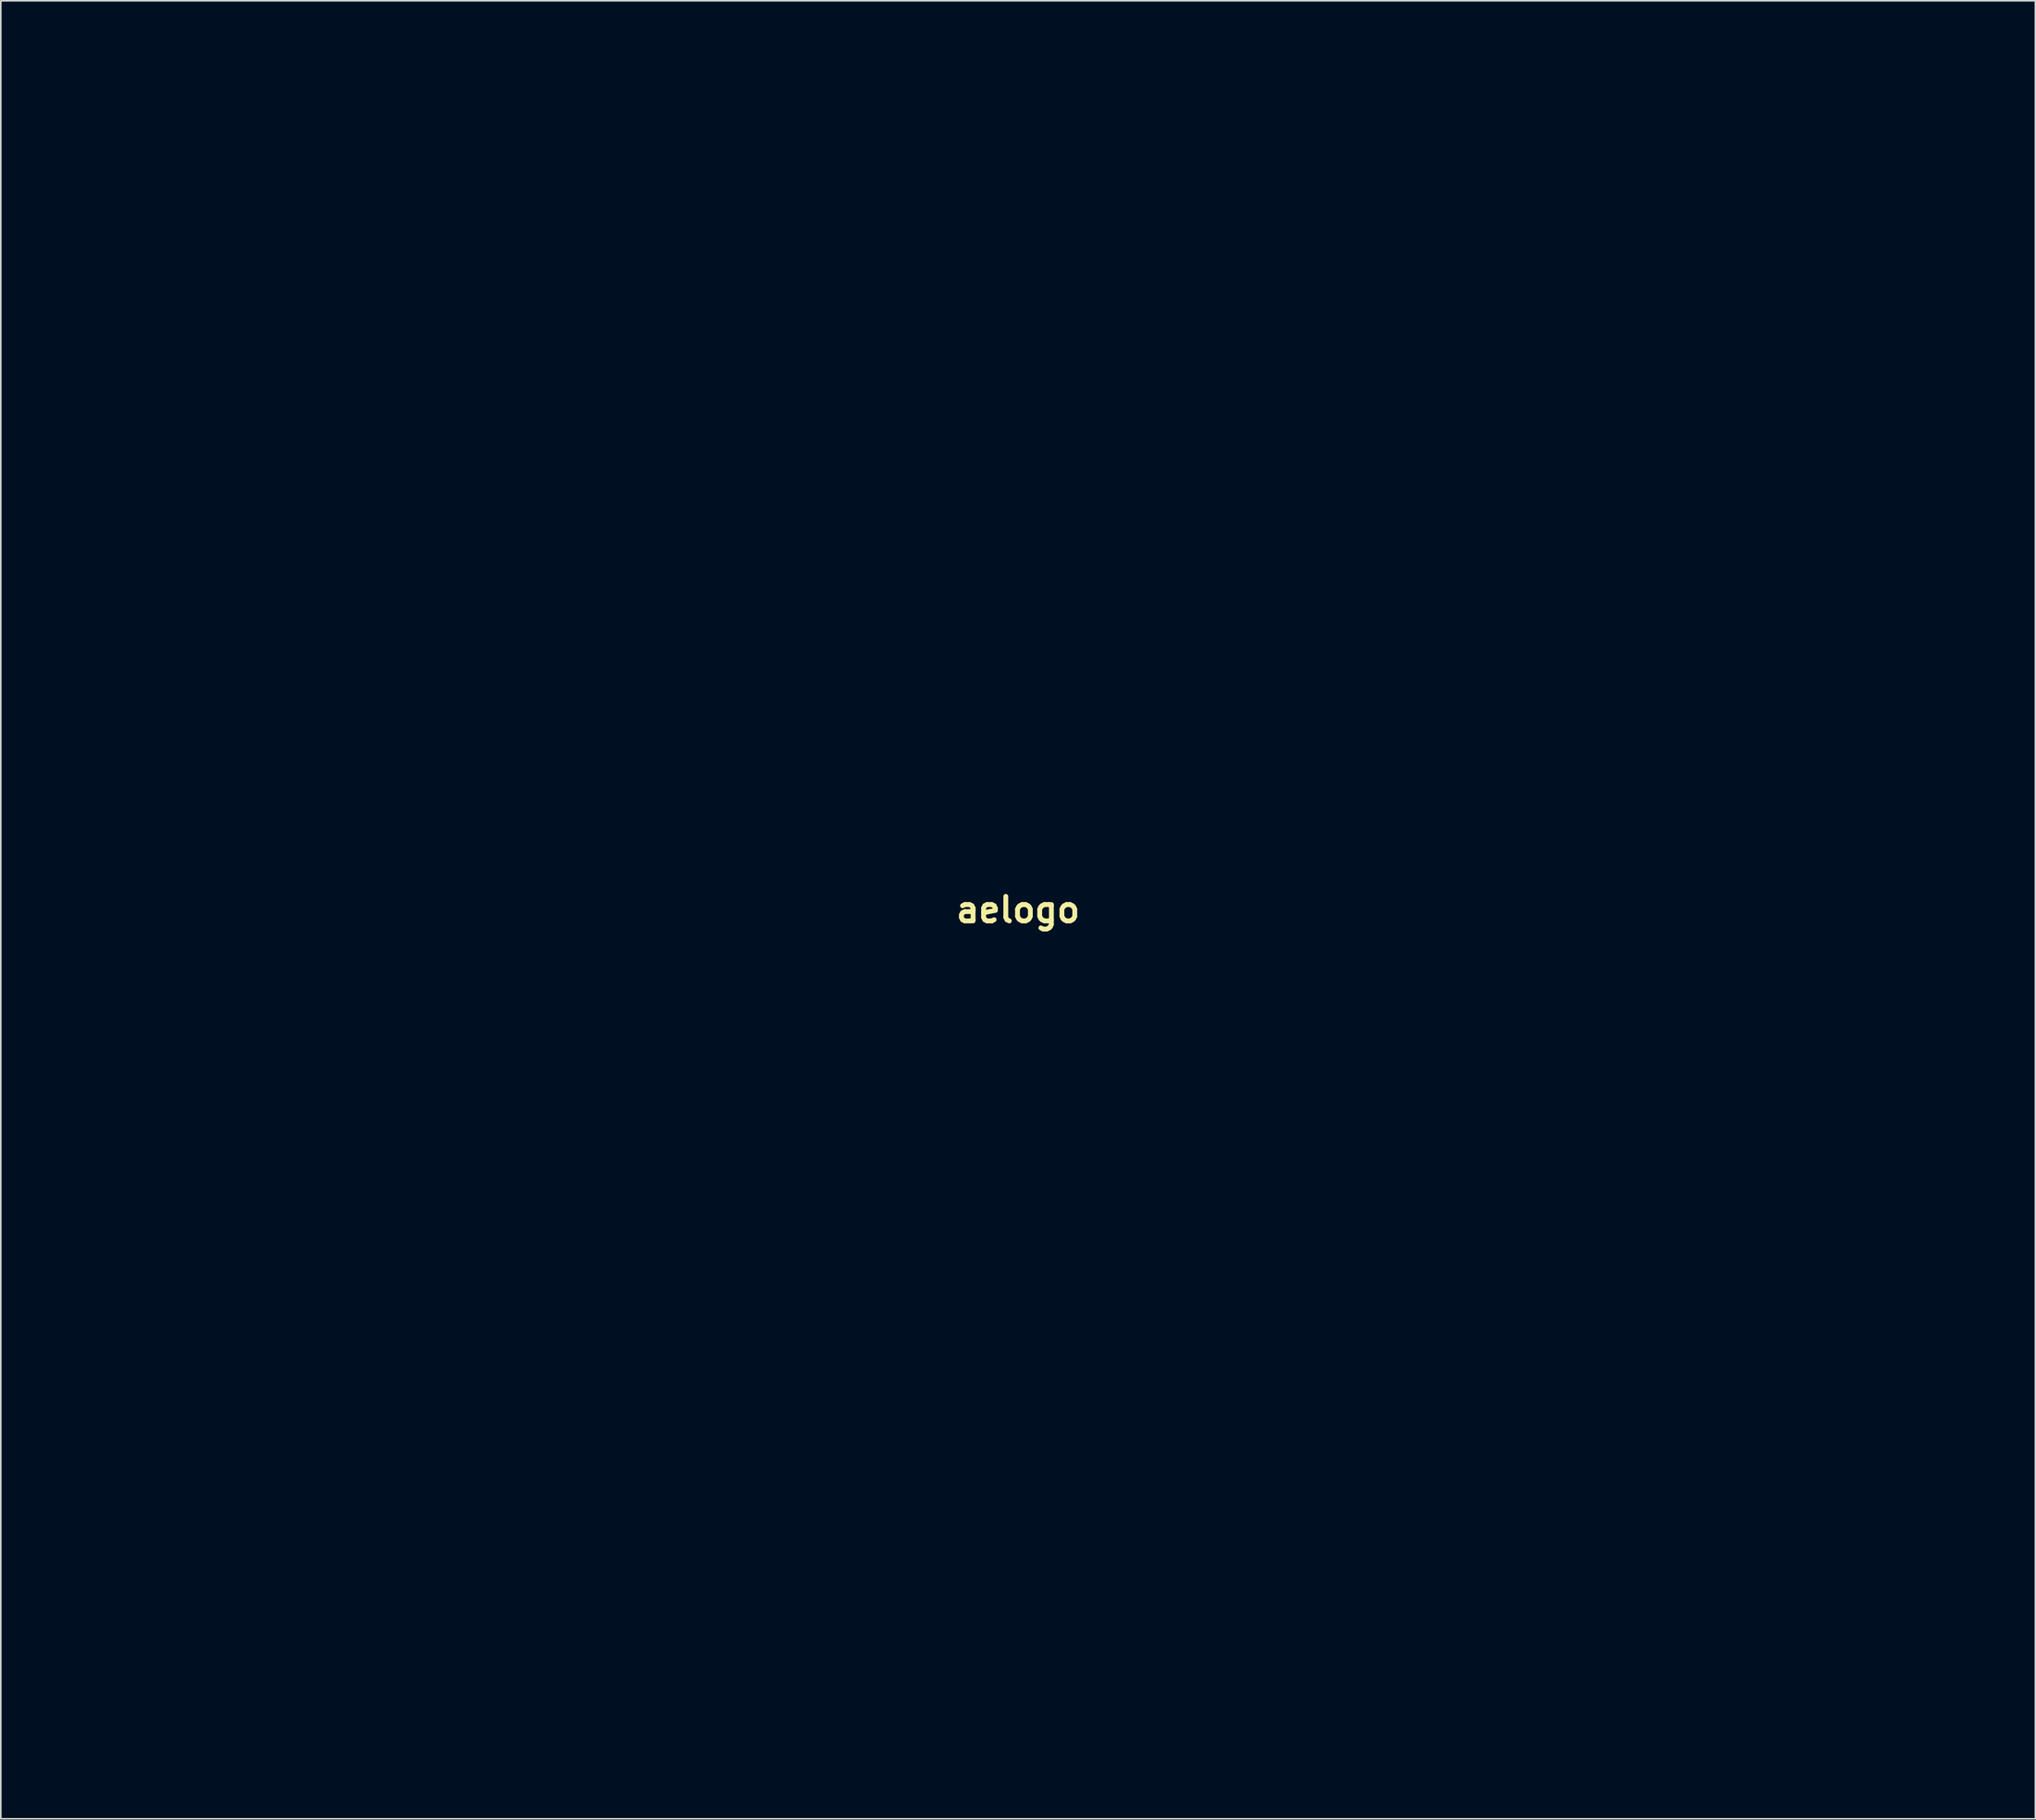
<source format=kicad_pcb>
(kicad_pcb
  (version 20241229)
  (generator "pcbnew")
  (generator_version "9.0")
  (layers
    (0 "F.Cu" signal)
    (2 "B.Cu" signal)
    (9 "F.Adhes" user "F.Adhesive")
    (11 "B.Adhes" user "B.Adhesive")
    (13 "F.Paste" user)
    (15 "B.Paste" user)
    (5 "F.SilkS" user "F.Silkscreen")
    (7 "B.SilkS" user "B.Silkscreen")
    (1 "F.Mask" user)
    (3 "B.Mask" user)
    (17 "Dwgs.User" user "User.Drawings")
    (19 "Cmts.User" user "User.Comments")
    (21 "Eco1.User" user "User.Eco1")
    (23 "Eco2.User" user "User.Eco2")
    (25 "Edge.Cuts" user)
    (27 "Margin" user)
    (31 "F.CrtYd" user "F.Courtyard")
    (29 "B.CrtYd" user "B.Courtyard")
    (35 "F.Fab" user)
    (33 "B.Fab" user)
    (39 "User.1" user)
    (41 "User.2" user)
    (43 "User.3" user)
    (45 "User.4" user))
  (footprint "aelogo"
    (layer "F.Cu")
    (at 60.163 53.479)
    (property "Reference" "aelogo" (at 0 0 0) (layer "F.SilkS") (effects (font (size 1.524 1.524) (thickness 0.3))))
    (attr through_hole)
    (fp_poly (pts (xy 31.148 -4.55) (xy 31.02 -4.157) (xy 30.188 -2.353) (xy 29.042 -0.406) (xy 27.694 1.508) (xy 26.377 3.082) (xy 25.154 4.412) (xy 25.145 2.674) (xy 25.246 0.878) (xy 25.595 -0.572) (xy 26.227 -1.819) (xy 26.272 -1.886) (xy 26.902 -2.559) (xy 27.856 -3.293) (xy 28.956 -3.971) (xy 30.022 -4.478) (xy 30.542 -4.645) (xy 31.046 -4.729) (xy 31.148 -4.55)) (stroke (width 0.01) (type solid)) (fill no) (layer "Eco2.User"))
    (fp_poly (pts (xy -34.529 12.878) (xy -33.912 13.122) (xy -32.921 13.572) (xy -32.796 13.63) (xy -29.202 15.08) (xy -25.225 16.305) (xy -20.981 17.278) (xy -16.582 17.97) (xy -13.971 18.235) (xy -9.896 18.562) (xy -9.735 19.419) (xy -9.714 19.904) (xy -9.835 20.542) (xy -10.124 21.424) (xy -10.61 22.639) (xy -11.011 23.573) (xy -12.082 25.886) (xy -13.116 27.791) (xy -14.188 29.404) (xy -15.37 30.842) (xy -16.076 31.581) (xy -17.964 33.14) (xy -20.016 34.219) (xy -22.185 34.802) (xy -24.425 34.871) (xy -25.133 34.785) (xy -27.222 34.192) (xy -29.104 33.122) (xy -30.764 31.595) (xy -32.187 29.632) (xy -33.359 27.256) (xy -34.265 24.487) (xy -34.891 21.345) (xy -35.008 20.454) (xy -35.148 18.982) (xy -35.24 17.429) (xy -35.281 15.927) (xy -35.27 14.61) (xy -35.203 13.608) (xy -35.132 13.196) (xy -35.039 12.934) (xy -34.871 12.822) (xy -34.529 12.878)) (stroke (width 0.01) (type solid)) (fill no) (layer "Eco2.User"))
    (fp_poly (pts (xy -21.175 -5.335) (xy -19.169 -4.821) (xy -17.386 -3.945) (xy -15.814 -2.686) (xy -14.443 -1.025) (xy -13.259 1.058) (xy -12.251 3.585) (xy -11.407 6.574) (xy -10.715 10.046) (xy -10.275 13.091) (xy -10.079 14.637) (xy -9.956 15.729) (xy -9.931 16.443) (xy -10.031 16.858) (xy -10.279 17.051) (xy -10.7 17.1) (xy -11.321 17.083) (xy -11.564 17.076) (xy -12.699 17.028) (xy -14.069 16.936) (xy -15.374 16.82) (xy -18.521 16.396) (xy -21.775 15.779) (xy -24.974 15.007) (xy -27.954 14.12) (xy -30.425 13.21) (xy -31.63 12.698) (xy -32.801 12.177) (xy -33.825 11.701) (xy -34.586 11.322) (xy -34.97 11.095) (xy -34.972 11.094) (xy -34.981 10.795) (xy -34.89 10.096) (xy -34.721 9.116) (xy -34.498 7.974) (xy -34.245 6.79) (xy -33.986 5.685) (xy -33.744 4.776) (xy -33.684 4.579) (xy -32.818 2.331) (xy -31.708 0.234) (xy -30.417 -1.623) (xy -29.01 -3.149) (xy -27.553 -4.254) (xy -27.202 -4.447) (xy -25.136 -5.2) (xy -22.914 -5.466) (xy -21.175 -5.335)) (stroke (width 0.01) (type solid)) (fill no) (layer "Eco2.User"))
    (fp_poly (pts (xy 60.158 53.474) (xy -60.158 53.474) (xy -60.158 -12.032) (xy -52.774 -12.032) (xy -52.751 -10.43) (xy -52.689 -9.202) (xy -52.567 -8.186) (xy -52.366 -7.222) (xy -52.066 -6.148) (xy -52.042 -6.067) (xy -50.898 -2.982) (xy -49.385 -0.112) (xy -47.445 2.636) (xy -45.36 5.006) (xy -43.253 7.206) (xy -43.74 9.151) (xy -43.936 10.063) (xy -44.073 11.056) (xy -44.159 12.243) (xy -44.202 13.733) (xy -44.21 15.64) (xy -44.209 15.775) (xy -44.192 17.6) (xy -44.15 19.025) (xy -44.07 20.182) (xy -43.939 21.205) (xy -43.744 22.228) (xy -43.505 23.261) (xy -42.424 26.85) (xy -41.037 30.03) (xy -39.351 32.789) (xy -37.374 35.118) (xy -35.114 37.005) (xy -32.579 38.441) (xy -32.002 38.689) (xy -30.949 39.081) (xy -29.91 39.409) (xy -29.294 39.564) (xy -27.975 39.733) (xy -26.372 39.801) (xy -24.684 39.773) (xy -23.111 39.652) (xy -21.851 39.442) (xy -21.78 39.424) (xy -19.076 38.485) (xy -16.637 37.122) (xy -15.8 36.515) (xy -14.655 35.572) (xy -13.608 34.56) (xy -12.589 33.394) (xy -11.528 31.988) (xy -10.357 30.259) (xy -9.252 28.518) (xy -8.91 28.035) (xy -8.694 27.853) (xy -8.682 27.859) (xy -8.59 28.143) (xy -8.414 28.847) (xy -8.177 29.864) (xy -7.905 31.092) (xy -7.892 31.152) (xy -7.249 33.707) (xy -6.516 35.766) (xy -5.666 37.363) (xy -4.67 38.534) (xy -3.501 39.312) (xy -2.128 39.734) (xy -0.818 39.838) (xy 0.928 39.654) (xy 2.874 39.143) (xy 4.855 38.367) (xy 6.704 37.386) (xy 7.687 36.72) (xy 8.196 36.285) (xy 8.455 35.841) (xy 8.547 35.185) (xy 8.556 34.611) (xy 8.545 33.81) (xy 8.516 33.282) (xy 8.489 33.157) (xy 8.218 33.229) (xy 7.597 33.411) (xy 7.11 33.558) (xy 5.231 33.941) (xy 3.553 33.908) (xy 2.127 33.471) (xy 1.005 32.642) (xy 0.533 32.02) (xy -0.065 30.795) (xy -0.652 29.143) (xy -1.199 27.174) (xy -1.679 24.996) (xy -2.065 22.716) (xy -2.277 20.988) (xy -2.39 19.981) (xy -2.508 19.082) (xy -2.578 18.649) (xy -2.625 18.16) (xy -2.422 17.956) (xy -1.832 17.914) (xy -1.763 17.914) (xy -0.91 17.842) (xy 0.342 17.642) (xy 1.88 17.341) (xy 3.589 16.962) (xy 5.355 16.533) (xy 7.066 16.076) (xy 8.608 15.619) (xy 8.689 15.593) (xy 9.96 15.144) (xy 11.502 14.532) (xy 13.194 13.814) (xy 14.914 13.043) (xy 16.539 12.276) (xy 17.948 11.567) (xy 19.018 10.972) (xy 19.274 10.811) (xy 19.672 10.579) (xy 20.018 10.531) (xy 20.466 10.7) (xy 21.168 11.118) (xy 21.413 11.273) (xy 23.196 12.28) (xy 24.944 13.042) (xy 26.501 13.492) (xy 26.698 13.527) (xy 27.38 13.674) (xy 27.771 13.831) (xy 27.806 13.882) (xy 27.567 14.024) (xy 26.934 14.236) (xy 26.039 14.473) (xy 25.913 14.503) (xy 23.49 15.272) (xy 21.212 16.38) (xy 19.146 17.767) (xy 17.36 19.375) (xy 15.92 21.145) (xy 14.896 23.017) (xy 14.429 24.509) (xy 14.287 26.082) (xy 14.419 27.894) (xy 14.796 29.745) (xy 15.361 31.361) (xy 16.203 32.798) (xy 17.424 34.268) (xy 18.895 35.642) (xy 20.484 36.792) (xy 21.306 37.254) (xy 24.193 38.438) (xy 27.42 39.254) (xy 31.006 39.706) (xy 34.969 39.795) (xy 35.574 39.778) (xy 37.175 39.714) (xy 38.401 39.629) (xy 39.413 39.496) (xy 40.371 39.29) (xy 41.436 38.984) (xy 42.422 38.667) (xy 46.067 37.208) (xy 49.541 35.301) (xy 51.681 33.822) (xy 53.449 32.485) (xy 53.461 30.413) (xy 53.44 29.437) (xy 53.372 28.709) (xy 53.272 28.356) (xy 53.245 28.341) (xy 52.925 28.492) (xy 52.329 28.884) (xy 51.747 29.31) (xy 48.805 31.224) (xy 45.605 32.681) (xy 42.184 33.672) (xy 38.576 34.186) (xy 34.819 34.214) (xy 34.014 34.158) (xy 31.16 33.763) (xy 28.759 33.091) (xy 26.799 32.138) (xy 25.273 30.898) (xy 24.171 29.365) (xy 23.69 28.248) (xy 23.297 26.304) (xy 23.357 24.248) (xy 23.851 22.223) (xy 24.651 20.547) (xy 25.476 19.425) (xy 26.48 18.503) (xy 27.714 17.765) (xy 29.228 17.197) (xy 31.073 16.783) (xy 33.298 16.508) (xy 35.954 16.357) (xy 38.702 16.314) (xy 42.512 16.309) (xy 42.512 12.032) (xy 38.835 12.03) (xy 35.86 11.972) (xy 33.395 11.803) (xy 31.427 11.52) (xy 29.941 11.123) (xy 29.643 11.005) (xy 28.179 10.127) (xy 26.893 8.886) (xy 25.954 7.451) (xy 25.882 7.297) (xy 25.363 6.123) (xy 26.974 4.402) (xy 27.895 3.36) (xy 28.834 2.209) (xy 29.604 1.177) (xy 29.677 1.07) (xy 30.272 0.13) (xy 30.905 -0.976) (xy 31.516 -2.127) (xy 32.044 -3.205) (xy 32.43 -4.09) (xy 32.612 -4.664) (xy 32.619 -4.738) (xy 32.873 -4.981) (xy 33.622 -5.075) (xy 33.755 -5.075) (xy 35.867 -4.853) (xy 38.231 -4.219) (xy 40.79 -3.196) (xy 43.486 -1.806) (xy 46.262 -0.073) (xy 46.328 -0.029) (xy 47.437 0.698) (xy 48.429 1.296) (xy 49.201 1.707) (xy 49.649 1.871) (xy 49.665 1.872) (xy 49.982 1.792) (xy 50.203 1.476) (xy 50.386 0.811) (xy 50.5 0.201) (xy 50.831 -1.767) (xy 51.084 -3.389) (xy 51.253 -4.619) (xy 51.331 -5.413) (xy 51.314 -5.725) (xy 50.98 -5.878) (xy 50.229 -6.134) (xy 49.163 -6.464) (xy 47.883 -6.84) (xy 46.491 -7.232) (xy 45.088 -7.612) (xy 43.775 -7.95) (xy 42.654 -8.217) (xy 42.319 -8.29) (xy 40.849 -8.552) (xy 39.128 -8.786) (xy 37.44 -8.957) (xy 36.763 -9.003) (xy 33.822 -9.165) (xy 33.791 -12.536) (xy 33.757 -14.138) (xy 33.672 -15.387) (xy 33.514 -16.466) (xy 33.257 -17.556) (xy 33.04 -18.315) (xy 31.773 -21.632) (xy 30.021 -24.782) (xy 27.816 -27.745) (xy 25.188 -30.502) (xy 22.166 -33.032) (xy 18.782 -35.317) (xy 15.065 -37.335) (xy 11.045 -39.067) (xy 6.754 -40.494) (xy 2.221 -41.595) (xy -2.524 -42.351) (xy -3.856 -42.495) (xy -8.6 -42.761) (xy -13.3 -42.645) (xy -17.917 -42.164) (xy -22.412 -41.337) (xy -26.747 -40.18) (xy -30.883 -38.71) (xy -34.78 -36.945) (xy -38.401 -34.903) (xy -41.706 -32.6) (xy -44.657 -30.054) (xy -47.214 -27.282) (xy -49.339 -24.301) (xy -50.814 -21.534) (xy -51.667 -19.472) (xy -52.249 -17.577) (xy -52.599 -15.658) (xy -52.756 -13.527) (xy -52.774 -12.032) (xy -60.158 -12.032) (xy -60.158 -53.474) (xy 60.158 -53.474) (xy 60.158 53.474)) (stroke (width 0.01) (type solid)) (fill no) (layer "Eco2.User")))
  (gr_rect
    (start -3 -3)
    (end 123.326 109.957)
    (stroke (width 0.1) (type default))
    (fill no)
    (layer "Edge.Cuts")))
</source>
